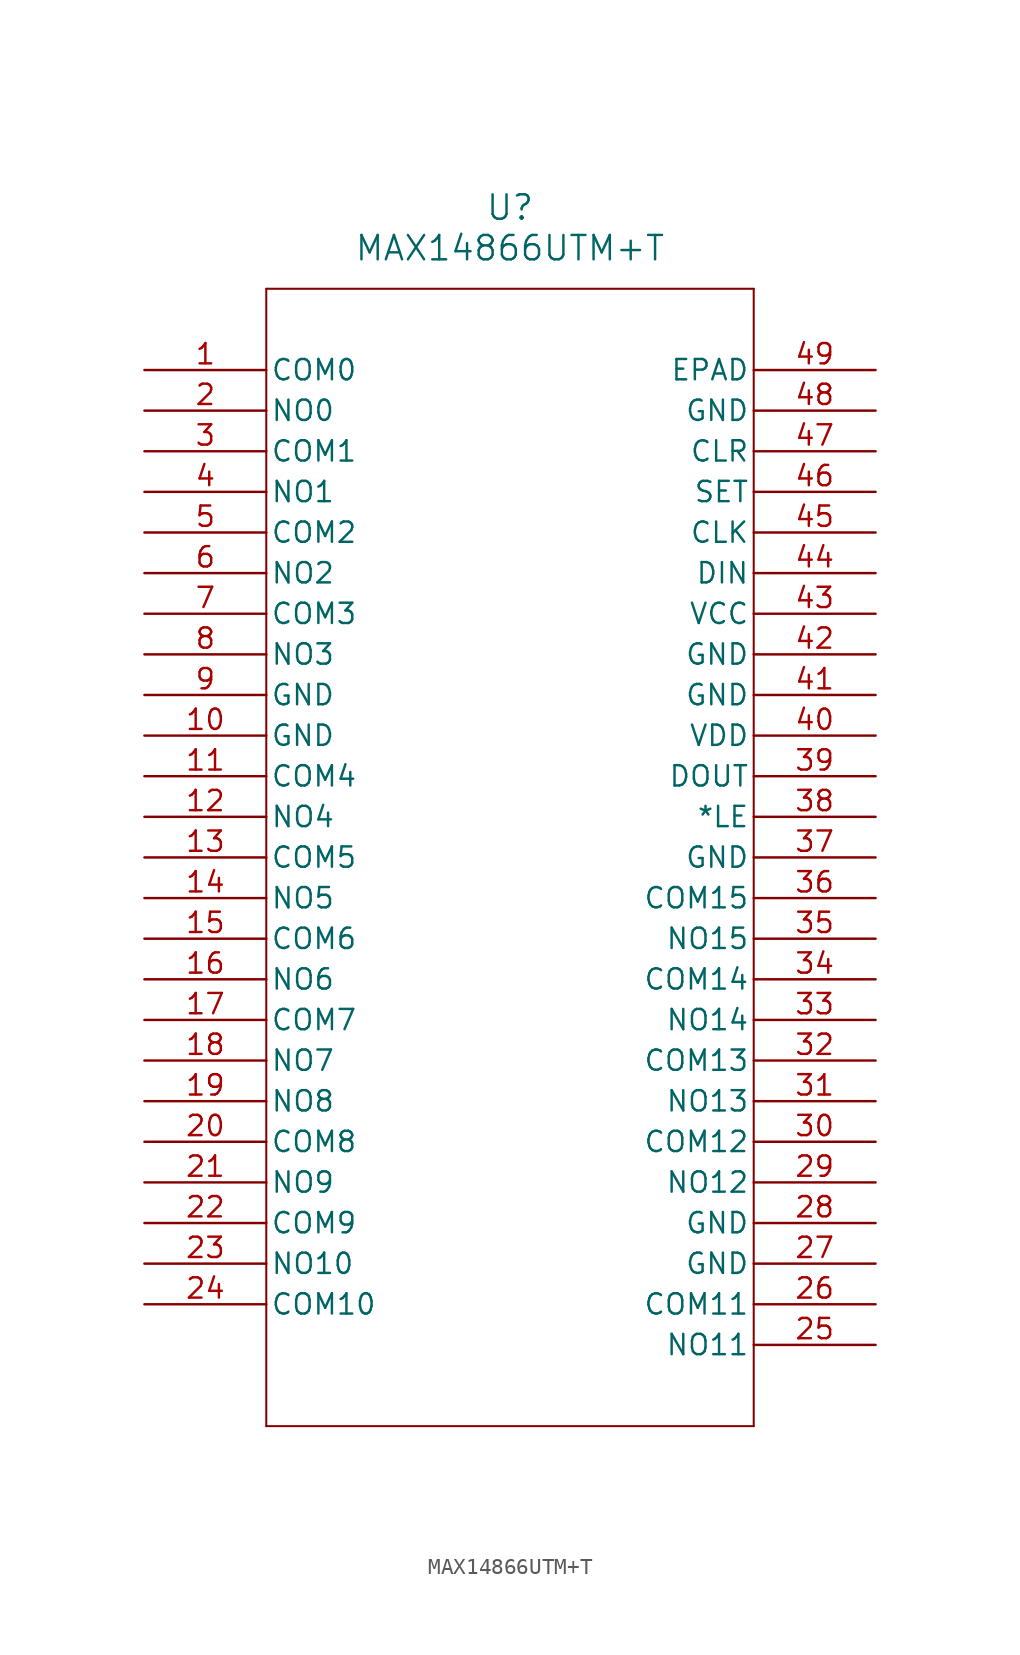
<source format=kicad_sym>
(kicad_symbol_lib
  (version 20211014)
  (generator kicad_symbol_editor)
  (symbol "MAX14866UTM+T"
    (pin_names
      (offset 0.254))
    (property "Reference" "U"
      (at 22.86 10.16 0)
      (effects (font (size 1.524 1.524))))
    (property "Value" "MAX14866UTM+T"
      (at 22.86 7.62 0)
      (effects (font (size 1.524 1.524))))
    (polyline
      (pts (xy 7.62 5.08) (xy 7.62 -66.04))
      (stroke (width 0.127) (type default) (color 0 0 0 0))
      (fill (type none)))
    (polyline
      (pts (xy 7.62 -66.04) (xy 38.1 -66.04))
      (stroke (width 0.127) (type default) (color 0 0 0 0))
      (fill (type none)))
    (polyline
      (pts (xy 38.1 -66.04) (xy 38.1 5.08))
      (stroke (width 0.127) (type default) (color 0 0 0 0))
      (fill (type none)))
    (polyline
      (pts (xy 38.1 5.08) (xy 7.62 5.08))
      (stroke (width 0.127) (type default) (color 0 0 0 0))
      (fill (type none)))
    (pin bidirectional line
      (at 0 0 0)
      (length 7.62)
      (name "COM0" (effects (font (size 1.27 1.27))))
      (number "1" (effects (font (size 1.27 1.27)))))
    (pin bidirectional line
      (at 0 -2.54 0)
      (length 7.62)
      (name "NO0" (effects (font (size 1.27 1.27))))
      (number "2" (effects (font (size 1.27 1.27)))))
    (pin bidirectional line
      (at 0 -5.08 0)
      (length 7.62)
      (name "COM1" (effects (font (size 1.27 1.27))))
      (number "3" (effects (font (size 1.27 1.27)))))
    (pin bidirectional line
      (at 0 -7.62 0)
      (length 7.62)
      (name "NO1" (effects (font (size 1.27 1.27))))
      (number "4" (effects (font (size 1.27 1.27)))))
    (pin bidirectional line
      (at 0 -10.16 0)
      (length 7.62)
      (name "COM2" (effects (font (size 1.27 1.27))))
      (number "5" (effects (font (size 1.27 1.27)))))
    (pin bidirectional line
      (at 0 -12.7 0)
      (length 7.62)
      (name "NO2" (effects (font (size 1.27 1.27))))
      (number "6" (effects (font (size 1.27 1.27)))))
    (pin bidirectional line
      (at 0 -15.24 0)
      (length 7.62)
      (name "COM3" (effects (font (size 1.27 1.27))))
      (number "7" (effects (font (size 1.27 1.27)))))
    (pin bidirectional line
      (at 0 -17.78 0)
      (length 7.62)
      (name "NO3" (effects (font (size 1.27 1.27))))
      (number "8" (effects (font (size 1.27 1.27)))))
    (pin power_out line
      (at 0 -20.32 0)
      (length 7.62)
      (name "GND" (effects (font (size 1.27 1.27))))
      (number "9" (effects (font (size 1.27 1.27)))))
    (pin power_out line
      (at 0 -22.86 0)
      (length 7.62)
      (name "GND" (effects (font (size 1.27 1.27))))
      (number "10" (effects (font (size 1.27 1.27)))))
    (pin bidirectional line
      (at 0 -25.4 0)
      (length 7.62)
      (name "COM4" (effects (font (size 1.27 1.27))))
      (number "11" (effects (font (size 1.27 1.27)))))
    (pin bidirectional line
      (at 0 -27.94 0)
      (length 7.62)
      (name "NO4" (effects (font (size 1.27 1.27))))
      (number "12" (effects (font (size 1.27 1.27)))))
    (pin bidirectional line
      (at 0 -30.48 0)
      (length 7.62)
      (name "COM5" (effects (font (size 1.27 1.27))))
      (number "13" (effects (font (size 1.27 1.27)))))
    (pin bidirectional line
      (at 0 -33.02 0)
      (length 7.62)
      (name "NO5" (effects (font (size 1.27 1.27))))
      (number "14" (effects (font (size 1.27 1.27)))))
    (pin bidirectional line
      (at 0 -35.56 0)
      (length 7.62)
      (name "COM6" (effects (font (size 1.27 1.27))))
      (number "15" (effects (font (size 1.27 1.27)))))
    (pin bidirectional line
      (at 0 -38.1 0)
      (length 7.62)
      (name "NO6" (effects (font (size 1.27 1.27))))
      (number "16" (effects (font (size 1.27 1.27)))))
    (pin bidirectional line
      (at 0 -40.64 0)
      (length 7.62)
      (name "COM7" (effects (font (size 1.27 1.27))))
      (number "17" (effects (font (size 1.27 1.27)))))
    (pin bidirectional line
      (at 0 -43.18 0)
      (length 7.62)
      (name "NO7" (effects (font (size 1.27 1.27))))
      (number "18" (effects (font (size 1.27 1.27)))))
    (pin bidirectional line
      (at 0 -45.72 0)
      (length 7.62)
      (name "NO8" (effects (font (size 1.27 1.27))))
      (number "19" (effects (font (size 1.27 1.27)))))
    (pin bidirectional line
      (at 0 -48.26 0)
      (length 7.62)
      (name "COM8" (effects (font (size 1.27 1.27))))
      (number "20" (effects (font (size 1.27 1.27)))))
    (pin bidirectional line
      (at 0 -50.8 0)
      (length 7.62)
      (name "NO9" (effects (font (size 1.27 1.27))))
      (number "21" (effects (font (size 1.27 1.27)))))
    (pin bidirectional line
      (at 0 -53.34 0)
      (length 7.62)
      (name "COM9" (effects (font (size 1.27 1.27))))
      (number "22" (effects (font (size 1.27 1.27)))))
    (pin bidirectional line
      (at 0 -55.88 0)
      (length 7.62)
      (name "NO10" (effects (font (size 1.27 1.27))))
      (number "23" (effects (font (size 1.27 1.27)))))
    (pin bidirectional line
      (at 0 -58.42 0)
      (length 7.62)
      (name "COM10" (effects (font (size 1.27 1.27))))
      (number "24" (effects (font (size 1.27 1.27)))))
    (pin bidirectional line
      (at 45.72 -60.96 180)
      (length 7.62)
      (name "NO11" (effects (font (size 1.27 1.27))))
      (number "25" (effects (font (size 1.27 1.27)))))
    (pin bidirectional line
      (at 45.72 -58.42 180)
      (length 7.62)
      (name "COM11" (effects (font (size 1.27 1.27))))
      (number "26" (effects (font (size 1.27 1.27)))))
    (pin power_out line
      (at 45.72 -55.88 180)
      (length 7.62)
      (name "GND" (effects (font (size 1.27 1.27))))
      (number "27" (effects (font (size 1.27 1.27)))))
    (pin power_out line
      (at 45.72 -53.34 180)
      (length 7.62)
      (name "GND" (effects (font (size 1.27 1.27))))
      (number "28" (effects (font (size 1.27 1.27)))))
    (pin bidirectional line
      (at 45.72 -50.8 180)
      (length 7.62)
      (name "NO12" (effects (font (size 1.27 1.27))))
      (number "29" (effects (font (size 1.27 1.27)))))
    (pin bidirectional line
      (at 45.72 -48.26 180)
      (length 7.62)
      (name "COM12" (effects (font (size 1.27 1.27))))
      (number "30" (effects (font (size 1.27 1.27)))))
    (pin bidirectional line
      (at 45.72 -45.72 180)
      (length 7.62)
      (name "NO13" (effects (font (size 1.27 1.27))))
      (number "31" (effects (font (size 1.27 1.27)))))
    (pin bidirectional line
      (at 45.72 -43.18 180)
      (length 7.62)
      (name "COM13" (effects (font (size 1.27 1.27))))
      (number "32" (effects (font (size 1.27 1.27)))))
    (pin bidirectional line
      (at 45.72 -40.64 180)
      (length 7.62)
      (name "NO14" (effects (font (size 1.27 1.27))))
      (number "33" (effects (font (size 1.27 1.27)))))
    (pin bidirectional line
      (at 45.72 -38.1 180)
      (length 7.62)
      (name "COM14" (effects (font (size 1.27 1.27))))
      (number "34" (effects (font (size 1.27 1.27)))))
    (pin bidirectional line
      (at 45.72 -35.56 180)
      (length 7.62)
      (name "NO15" (effects (font (size 1.27 1.27))))
      (number "35" (effects (font (size 1.27 1.27)))))
    (pin bidirectional line
      (at 45.72 -33.02 180)
      (length 7.62)
      (name "COM15" (effects (font (size 1.27 1.27))))
      (number "36" (effects (font (size 1.27 1.27)))))
    (pin power_out line
      (at 45.72 -30.48 180)
      (length 7.62)
      (name "GND" (effects (font (size 1.27 1.27))))
      (number "37" (effects (font (size 1.27 1.27)))))
    (pin unspecified line
      (at 45.72 -27.94 180)
      (length 7.62)
      (name "*LE" (effects (font (size 1.27 1.27))))
      (number "38" (effects (font (size 1.27 1.27)))))
    (pin output line
      (at 45.72 -25.4 180)
      (length 7.62)
      (name "DOUT" (effects (font (size 1.27 1.27))))
      (number "39" (effects (font (size 1.27 1.27)))))
    (pin power_in line
      (at 45.72 -22.86 180)
      (length 7.62)
      (name "VDD" (effects (font (size 1.27 1.27))))
      (number "40" (effects (font (size 1.27 1.27)))))
    (pin power_out line
      (at 45.72 -20.32 180)
      (length 7.62)
      (name "GND" (effects (font (size 1.27 1.27))))
      (number "41" (effects (font (size 1.27 1.27)))))
    (pin power_out line
      (at 45.72 -17.78 180)
      (length 7.62)
      (name "GND" (effects (font (size 1.27 1.27))))
      (number "42" (effects (font (size 1.27 1.27)))))
    (pin power_in line
      (at 45.72 -15.24 180)
      (length 7.62)
      (name "VCC" (effects (font (size 1.27 1.27))))
      (number "43" (effects (font (size 1.27 1.27)))))
    (pin unspecified line
      (at 45.72 -12.7 180)
      (length 7.62)
      (name "DIN" (effects (font (size 1.27 1.27))))
      (number "44" (effects (font (size 1.27 1.27)))))
    (pin unspecified line
      (at 45.72 -10.16 180)
      (length 7.62)
      (name "CLK" (effects (font (size 1.27 1.27))))
      (number "45" (effects (font (size 1.27 1.27)))))
    (pin unspecified line
      (at 45.72 -7.62 180)
      (length 7.62)
      (name "SET" (effects (font (size 1.27 1.27))))
      (number "46" (effects (font (size 1.27 1.27)))))
    (pin unspecified line
      (at 45.72 -5.08 180)
      (length 7.62)
      (name "CLR" (effects (font (size 1.27 1.27))))
      (number "47" (effects (font (size 1.27 1.27)))))
    (pin power_out line
      (at 45.72 -2.54 180)
      (length 7.62)
      (name "GND" (effects (font (size 1.27 1.27))))
      (number "48" (effects (font (size 1.27 1.27)))))
    (pin unspecified line
      (at 45.72 0 180)
      (length 7.62)
      (name "EPAD" (effects (font (size 1.27 1.27))))
      (number "49" (effects (font (size 1.27 1.27)))))))
</source>
